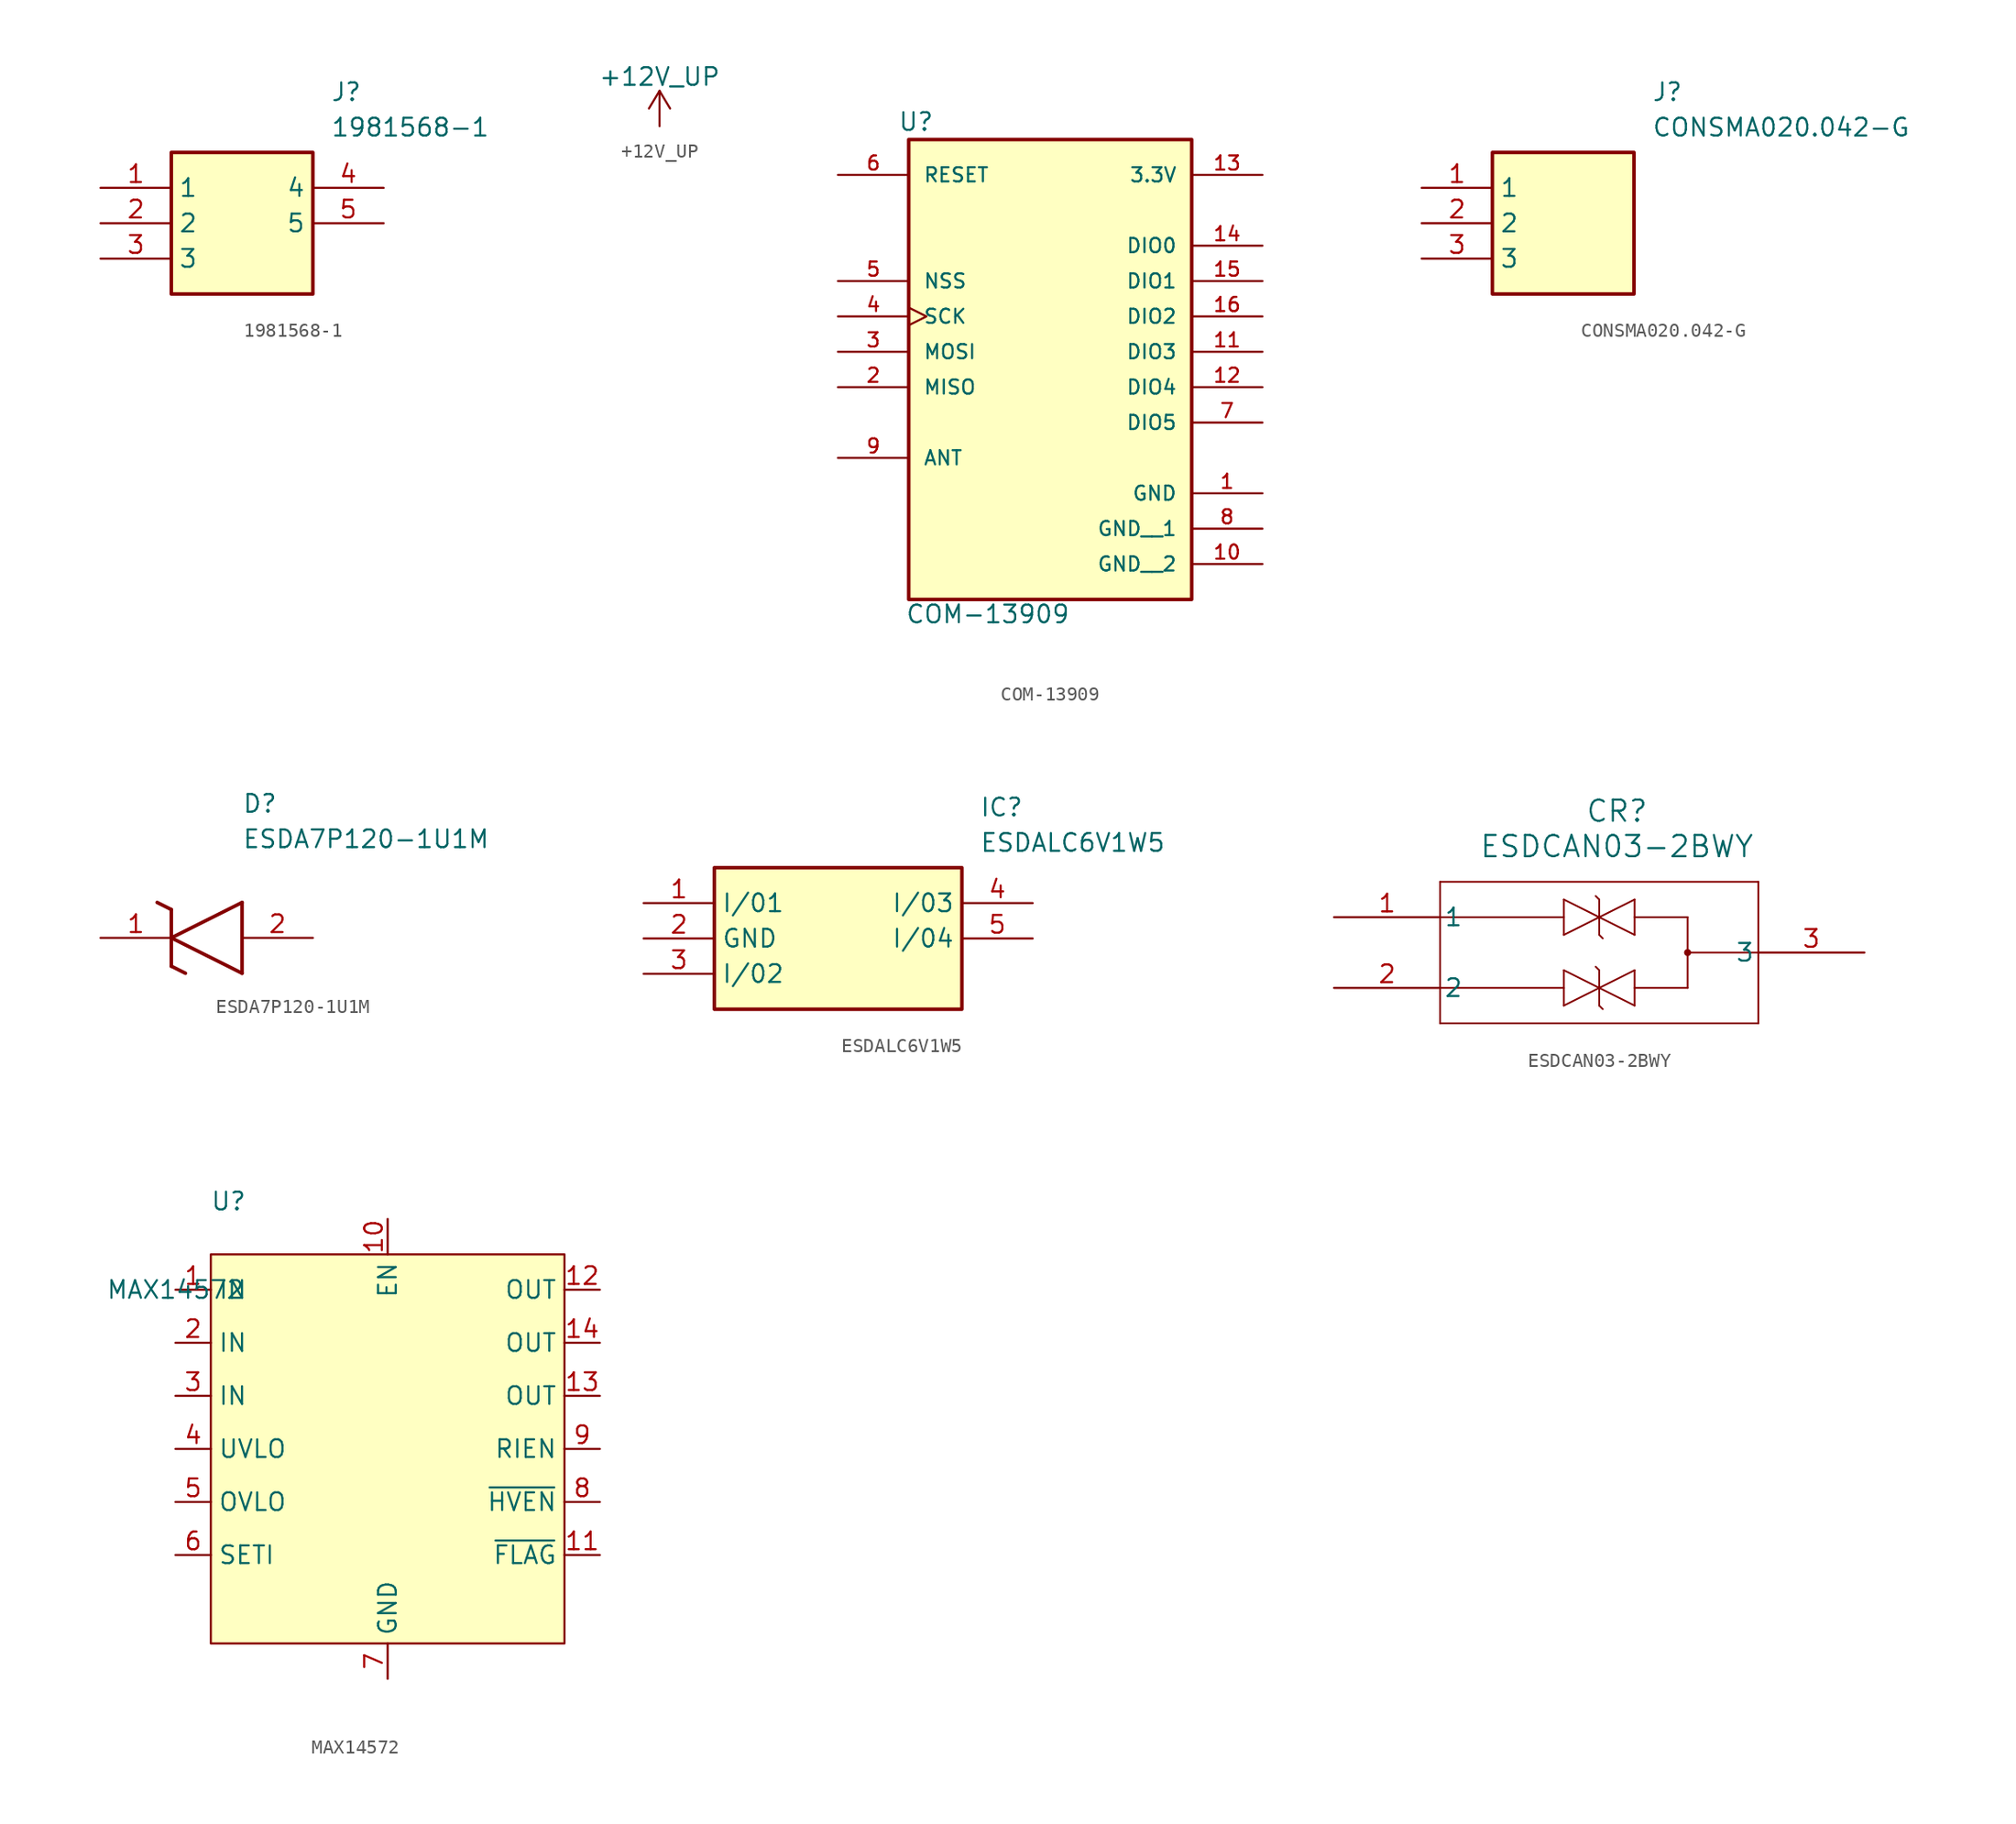
<source format=kicad_sym>
(kicad_symbol_lib
  (version 20220914)
  (generator kicad_symbol_editor)
  (symbol "1981568-1"
    (property "Reference" "J"
      (at 16.51 7.62 0)
      (effects (font (size 1.27 1.27)) (justify left top)))
    (property "Value" "1981568-1"
      (at 16.51 5.08 0)
      (effects (font (size 1.27 1.27)) (justify left top)))
    (symbol "1981568-1_1_1"
      (rectangle (start 5.08 2.54) (end 15.24 -7.62) (stroke (width 0.254) (type default)) (fill (type background)))
      (pin passive line (at 0 0 0) (length 5.08) (name "1" (effects (font (size 1.27 1.27)))) (number "1" (effects (font (size 1.27 1.27)))))
      (pin passive line (at 0 -2.54 0) (length 5.08) (name "2" (effects (font (size 1.27 1.27)))) (number "2" (effects (font (size 1.27 1.27)))))
      (pin passive line (at 0 -5.08 0) (length 5.08) (name "3" (effects (font (size 1.27 1.27)))) (number "3" (effects (font (size 1.27 1.27)))))
      (pin passive line (at 20.32 0 180) (length 5.08) (name "4" (effects (font (size 1.27 1.27)))) (number "4" (effects (font (size 1.27 1.27)))))
      (pin passive line (at 20.32 -2.54 180) (length 5.08) (name "5" (effects (font (size 1.27 1.27)))) (number "5" (effects (font (size 1.27 1.27)))))))
  (symbol "+12V_UP"
    (power)
    (pin_names
      (offset 0))
    (property "Reference" "#PWR"
      (at 0 -3.81 0)
      (effects (font (size 1.27 1.27)) hide))
    (property "Value" "+12V_UP"
      (at 0 3.556 0)
      (effects (font (size 1.27 1.27))))
    (symbol "+12V_UP_0_1"
      (polyline (pts (xy -0.762 1.27) (xy 0 2.54)) (stroke (width 0) (type default)) (fill (type none)))
      (polyline (pts (xy 0 0) (xy 0 2.54)) (stroke (width 0) (type default)) (fill (type none)))
      (polyline (pts (xy 0 2.54) (xy 0.762 1.27)) (stroke (width 0) (type default)) (fill (type none))))
    (symbol "+12V_UP_1_1"
      (pin power_in line (at 0 0 90) (length 0) hide (name "+12V" (effects (font (size 1.27 1.27)))) (number "1" (effects (font (size 1.27 1.27)))))))
  (symbol "COM-13909"
    (pin_names
      (offset 1.016))
    (property "Reference" "U"
      (at -10.947 13.233 0)
      (effects (font (size 1.27 1.27)) (justify left bottom)))
    (property "Value" "COM-13909"
      (at -10.414 -22.123 0)
      (effects (font (size 1.27 1.27)) (justify left bottom)))
    (property "ki_locked" ""
      (at 0 0 0)
      (effects (font (size 1.27 1.27))))
    (symbol "COM-13909_0_0"
      (rectangle (start -10.16 -20.32) (end 10.16 12.7) (stroke (width 0.254) (type solid)) (fill (type background)))
      (pin power_in line (at 15.24 -12.7 180) (length 5.08) (name "GND" (effects (font (size 1.016 1.016)))) (number "1" (effects (font (size 1.016 1.016)))))
      (pin power_in line (at 15.24 -17.78 180) (length 5.08) (name "GND__2" (effects (font (size 1.016 1.016)))) (number "10" (effects (font (size 1.016 1.016)))))
      (pin bidirectional line (at 15.24 -2.54 180) (length 5.08) (name "DIO3" (effects (font (size 1.016 1.016)))) (number "11" (effects (font (size 1.016 1.016)))))
      (pin bidirectional line (at 15.24 -5.08 180) (length 5.08) (name "DIO4" (effects (font (size 1.016 1.016)))) (number "12" (effects (font (size 1.016 1.016)))))
      (pin power_in line (at 15.24 10.16 180) (length 5.08) (name "3.3V" (effects (font (size 1.016 1.016)))) (number "13" (effects (font (size 1.016 1.016)))))
      (pin bidirectional line (at 15.24 5.08 180) (length 5.08) (name "DIO0" (effects (font (size 1.016 1.016)))) (number "14" (effects (font (size 1.016 1.016)))))
      (pin bidirectional line (at 15.24 2.54 180) (length 5.08) (name "DIO1" (effects (font (size 1.016 1.016)))) (number "15" (effects (font (size 1.016 1.016)))))
      (pin bidirectional line (at 15.24 0 180) (length 5.08) (name "DIO2" (effects (font (size 1.016 1.016)))) (number "16" (effects (font (size 1.016 1.016)))))
      (pin input line (at -15.24 -5.08 0) (length 5.08) (name "MISO" (effects (font (size 1.016 1.016)))) (number "2" (effects (font (size 1.016 1.016)))))
      (pin output line (at -15.24 -2.54 0) (length 5.08) (name "MOSI" (effects (font (size 1.016 1.016)))) (number "3" (effects (font (size 1.016 1.016)))))
      (pin input clock (at -15.24 0 0) (length 5.08) (name "SCK" (effects (font (size 1.016 1.016)))) (number "4" (effects (font (size 1.016 1.016)))))
      (pin input line (at -15.24 2.54 0) (length 5.08) (name "NSS" (effects (font (size 1.016 1.016)))) (number "5" (effects (font (size 1.016 1.016)))))
      (pin bidirectional line (at -15.24 10.16 0) (length 5.08) (name "RESET" (effects (font (size 1.016 1.016)))) (number "6" (effects (font (size 1.016 1.016)))))
      (pin bidirectional line (at 15.24 -7.62 180) (length 5.08) (name "DIO5" (effects (font (size 1.016 1.016)))) (number "7" (effects (font (size 1.016 1.016)))))
      (pin power_in line (at 15.24 -15.24 180) (length 5.08) (name "GND__1" (effects (font (size 1.016 1.016)))) (number "8" (effects (font (size 1.016 1.016)))))
      (pin bidirectional line (at -15.24 -10.16 0) (length 5.08) (name "ANT" (effects (font (size 1.016 1.016)))) (number "9" (effects (font (size 1.016 1.016)))))))
  (symbol "CONSMA020.042-G"
    (property "Reference" "J"
      (at 16.51 7.62 0)
      (effects (font (size 1.27 1.27)) (justify left top)))
    (property "Value" "CONSMA020.042-G"
      (at 16.51 5.08 0)
      (effects (font (size 1.27 1.27)) (justify left top)))
    (symbol "CONSMA020.042-G_1_1"
      (rectangle (start 5.08 2.54) (end 15.24 -7.62) (stroke (width 0.254) (type default)) (fill (type background)))
      (pin passive line (at 0 0 0) (length 5.08) (name "1" (effects (font (size 1.27 1.27)))) (number "1" (effects (font (size 1.27 1.27)))))
      (pin passive line (at 0 -2.54 0) (length 5.08) (name "2" (effects (font (size 1.27 1.27)))) (number "2" (effects (font (size 1.27 1.27)))))
      (pin passive line (at 0 -5.08 0) (length 5.08) (name "3" (effects (font (size 1.27 1.27)))) (number "3" (effects (font (size 1.27 1.27)))))))
  (symbol "ESDA7P120-1U1M"
    (pin_names hide)
    (property "Reference" "D"
      (at 10.16 8.89 0)
      (effects (font (size 1.27 1.27)) (justify left bottom)))
    (property "Value" "ESDA7P120-1U1M"
      (at 10.16 6.35 0)
      (effects (font (size 1.27 1.27)) (justify left bottom)))
    (symbol "ESDA7P120-1U1M_1_1"
      (polyline (pts (xy 4.064 2.54) (xy 5.08 2.032)) (stroke (width 0.254) (type default)) (fill (type none)))
      (polyline (pts (xy 5.08 -2.032) (xy 5.08 2.032)) (stroke (width 0.254) (type default)) (fill (type none)))
      (polyline (pts (xy 5.08 -2.032) (xy 6.096 -2.54)) (stroke (width 0.254) (type default)) (fill (type none)))
      (polyline (pts (xy 5.08 0) (xy 10.16 2.54)) (stroke (width 0.254) (type default)) (fill (type none)))
      (polyline (pts (xy 10.16 -2.54) (xy 5.08 0)) (stroke (width 0.254) (type default)) (fill (type none)))
      (polyline (pts (xy 10.16 -2.54) (xy 10.16 2.54)) (stroke (width 0.254) (type default)) (fill (type none)))
      (pin passive line (at 0 0 0) (length 5.08) (name "K" (effects (font (size 1.27 1.27)))) (number "1" (effects (font (size 1.27 1.27)))))
      (pin passive line (at 15.24 0 180) (length 5.08) (name "A" (effects (font (size 1.27 1.27)))) (number "2" (effects (font (size 1.27 1.27)))))))
  (symbol "ESDALC6V1W5"
    (property "Reference" "IC"
      (at 24.13 7.62 0)
      (effects (font (size 1.27 1.27)) (justify left top)))
    (property "Value" "ESDALC6V1W5"
      (at 24.13 5.08 0)
      (effects (font (size 1.27 1.27)) (justify left top)))
    (symbol "ESDALC6V1W5_1_1"
      (rectangle (start 5.08 2.54) (end 22.86 -7.62) (stroke (width 0.254) (type default)) (fill (type background)))
      (pin passive line (at 0 0 0) (length 5.08) (name "I/01" (effects (font (size 1.27 1.27)))) (number "1" (effects (font (size 1.27 1.27)))))
      (pin passive line (at 0 -2.54 0) (length 5.08) (name "GND" (effects (font (size 1.27 1.27)))) (number "2" (effects (font (size 1.27 1.27)))))
      (pin passive line (at 0 -5.08 0) (length 5.08) (name "I/02" (effects (font (size 1.27 1.27)))) (number "3" (effects (font (size 1.27 1.27)))))
      (pin passive line (at 27.94 0 180) (length 5.08) (name "I/03" (effects (font (size 1.27 1.27)))) (number "4" (effects (font (size 1.27 1.27)))))
      (pin passive line (at 27.94 -2.54 180) (length 5.08) (name "I/04" (effects (font (size 1.27 1.27)))) (number "5" (effects (font (size 1.27 1.27)))))))
  (symbol "ESDCAN03-2BWY"
    (pin_names
      (offset 0.254))
    (property "Reference" "CR"
      (at 1.27 10.16 0)
      (effects (font (size 1.524 1.524))))
    (property "Value" "ESDCAN03-2BWY"
      (at 1.27 7.62 0)
      (effects (font (size 1.524 1.524))))
    (symbol "ESDCAN03-2BWY_0_1"
      (polyline (pts (xy -11.43 -5.08) (xy 11.43 -5.08)) (stroke (width 0.127) (type default)) (fill (type none)))
      (polyline (pts (xy -11.43 -2.54) (xy -2.54 -2.54)) (stroke (width 0.127) (type default)) (fill (type none)))
      (polyline (pts (xy -11.43 2.54) (xy -2.54 2.54)) (stroke (width 0.127) (type default)) (fill (type none)))
      (polyline (pts (xy -11.43 5.08) (xy -11.43 -5.08)) (stroke (width 0.127) (type default)) (fill (type none)))
      (polyline (pts (xy -2.54 -3.81) (xy -2.54 -1.27)) (stroke (width 0.127) (type default)) (fill (type none)))
      (polyline (pts (xy -2.54 -1.27) (xy 0 -2.54)) (stroke (width 0.127) (type default)) (fill (type none)))
      (polyline (pts (xy -2.54 1.27) (xy -2.54 3.81)) (stroke (width 0.127) (type default)) (fill (type none)))
      (polyline (pts (xy -2.54 3.81) (xy 0 2.54)) (stroke (width 0.127) (type default)) (fill (type none)))
      (polyline (pts (xy 0 -3.81) (xy 0.254 -4.064)) (stroke (width 0.127) (type default)) (fill (type none)))
      (polyline (pts (xy 0 -2.54) (xy -2.54 -3.81)) (stroke (width 0.127) (type default)) (fill (type none)))
      (polyline (pts (xy 0 -2.54) (xy 2.54 -1.27)) (stroke (width 0.127) (type default)) (fill (type none)))
      (polyline (pts (xy 0 -1.27) (xy -0.254 -1.016)) (stroke (width 0.127) (type default)) (fill (type none)))
      (polyline (pts (xy 0 -1.27) (xy 0 -3.81)) (stroke (width 0.127) (type default)) (fill (type none)))
      (polyline (pts (xy 0 1.27) (xy 0.254 1.016)) (stroke (width 0.127) (type default)) (fill (type none)))
      (polyline (pts (xy 0 2.54) (xy -2.54 1.27)) (stroke (width 0.127) (type default)) (fill (type none)))
      (polyline (pts (xy 0 2.54) (xy 2.54 3.81)) (stroke (width 0.127) (type default)) (fill (type none)))
      (polyline (pts (xy 0 3.81) (xy -0.254 4.064)) (stroke (width 0.127) (type default)) (fill (type none)))
      (polyline (pts (xy 0 3.81) (xy 0 1.27)) (stroke (width 0.127) (type default)) (fill (type none)))
      (polyline (pts (xy 2.54 -3.81) (xy 0 -2.54)) (stroke (width 0.127) (type default)) (fill (type none)))
      (polyline (pts (xy 2.54 -2.54) (xy 6.35 -2.54)) (stroke (width 0.127) (type default)) (fill (type none)))
      (polyline (pts (xy 2.54 -1.27) (xy 2.54 -3.81)) (stroke (width 0.127) (type default)) (fill (type none)))
      (polyline (pts (xy 2.54 1.27) (xy 0 2.54)) (stroke (width 0.127) (type default)) (fill (type none)))
      (polyline (pts (xy 2.54 2.54) (xy 6.35 2.54)) (stroke (width 0.127) (type default)) (fill (type none)))
      (polyline (pts (xy 2.54 3.81) (xy 2.54 1.27)) (stroke (width 0.127) (type default)) (fill (type none)))
      (polyline (pts (xy 6.35 -2.54) (xy 6.35 2.54)) (stroke (width 0.127) (type default)) (fill (type none)))
      (polyline (pts (xy 6.35 0) (xy 11.43 0)) (stroke (width 0.127) (type default)) (fill (type none)))
      (polyline (pts (xy 11.43 -5.08) (xy 11.43 5.08)) (stroke (width 0.127) (type default)) (fill (type none)))
      (polyline (pts (xy 11.43 5.08) (xy -11.43 5.08)) (stroke (width 0.127) (type default)) (fill (type none)))
      (circle (center 6.35 0) (radius 0.127) (stroke (width 0.254) (type default)) (fill (type none)))
      (pin unspecified line (at -19.05 2.54 0) (length 7.62) (name "1" (effects (font (size 1.27 1.27)))) (number "1" (effects (font (size 1.27 1.27)))))
      (pin unspecified line (at -19.05 -2.54 0) (length 7.62) (name "2" (effects (font (size 1.27 1.27)))) (number "2" (effects (font (size 1.27 1.27)))))
      (pin unspecified line (at 19.05 0 180) (length 7.62) (name "3" (effects (font (size 1.27 1.27)))) (number "3" (effects (font (size 1.27 1.27)))))))
  (symbol "MAX14572"
    (property "Reference" "U"
      (at -11.43 16.51 0)
      (effects (font (size 1.27 1.27))))
    (property "Value" "MAX14572"
      (at -15.24 10.16 0)
      (effects (font (size 1.27 1.27))))
    (symbol "MAX14572_0_0"
      (pin power_in line (at -15.24 10.16 0) (length 2.54) (name "IN" (effects (font (size 1.27 1.27)))) (number "1" (effects (font (size 1.27 1.27)))))
      (pin input line (at 0 15.24 270) (length 2.54) (name "EN" (effects (font (size 1.27 1.27)))) (number "10" (effects (font (size 1.27 1.27)))))
      (pin power_out line (at 15.24 10.16 180) (length 2.54) (name "OUT" (effects (font (size 1.27 1.27)))) (number "12" (effects (font (size 1.27 1.27)))))
      (pin power_out line (at 15.24 2.54 180) (length 2.54) (name "OUT" (effects (font (size 1.27 1.27)))) (number "13" (effects (font (size 1.27 1.27)))))
      (pin power_out line (at 15.24 6.35 180) (length 2.54) (name "OUT" (effects (font (size 1.27 1.27)))) (number "14" (effects (font (size 1.27 1.27)))))
      (pin power_in line (at -15.24 6.35 0) (length 2.54) (name "IN" (effects (font (size 1.27 1.27)))) (number "2" (effects (font (size 1.27 1.27)))))
      (pin power_in line (at -15.24 2.54 0) (length 2.54) (name "IN" (effects (font (size 1.27 1.27)))) (number "3" (effects (font (size 1.27 1.27)))))
      (pin input line (at -15.24 -1.27 0) (length 2.54) (name "UVLO" (effects (font (size 1.27 1.27)))) (number "4" (effects (font (size 1.27 1.27)))))
      (pin input line (at -15.24 -5.08 0) (length 2.54) (name "OVLO" (effects (font (size 1.27 1.27)))) (number "5" (effects (font (size 1.27 1.27)))))
      (pin input line (at -15.24 -8.89 0) (length 2.54) (name "SETI" (effects (font (size 1.27 1.27)))) (number "6" (effects (font (size 1.27 1.27)))))
      (pin passive line (at 0 -17.78 90) (length 2.54) (name "GND" (effects (font (size 1.27 1.27)))) (number "7" (effects (font (size 1.27 1.27)))))
      (pin input line (at 15.24 -1.27 180) (length 2.54) (name "RIEN" (effects (font (size 1.27 1.27)))) (number "9" (effects (font (size 1.27 1.27))))))
    (symbol "MAX14572_1_0"
      (pin output line (at 15.24 -8.89 180) (length 2.54) (name "~{FLAG}" (effects (font (size 1.27 1.27)))) (number "11" (effects (font (size 1.27 1.27)))))
      (pin output line (at 15.24 -5.08 180) (length 2.54) (name "~{HVEN}" (effects (font (size 1.27 1.27)))) (number "8" (effects (font (size 1.27 1.27))))))
    (symbol "MAX14572_1_1"
      (rectangle (start -12.7 12.7) (end 12.7 -15.24) (stroke (width 0) (type default)) (fill (type background))))))
</source>
